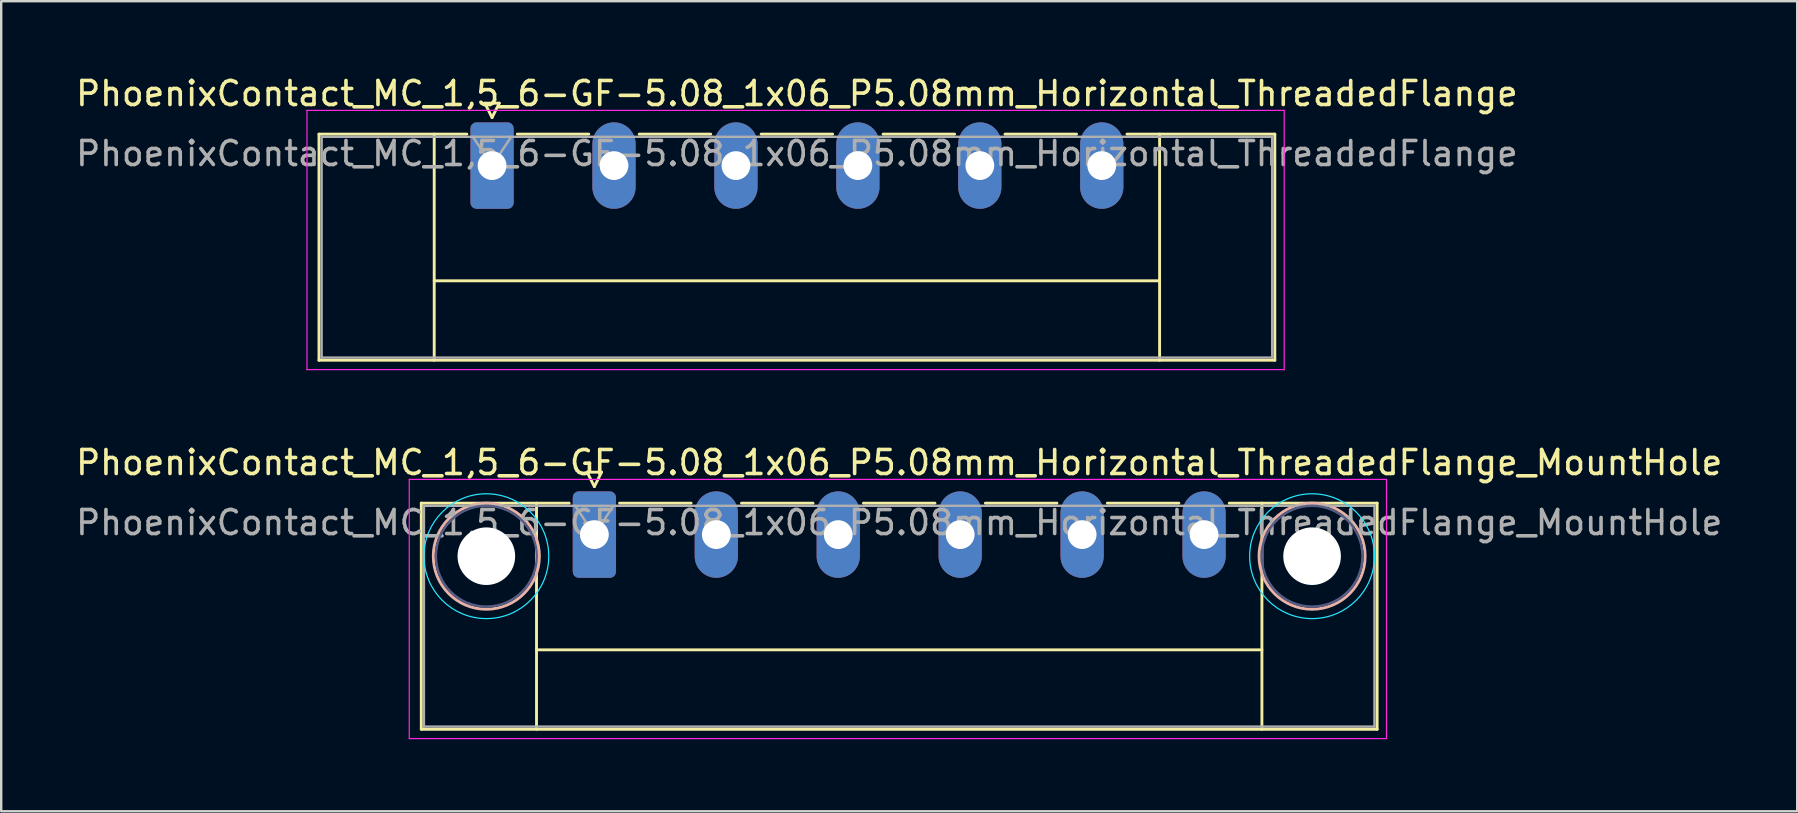
<source format=kicad_pcb>
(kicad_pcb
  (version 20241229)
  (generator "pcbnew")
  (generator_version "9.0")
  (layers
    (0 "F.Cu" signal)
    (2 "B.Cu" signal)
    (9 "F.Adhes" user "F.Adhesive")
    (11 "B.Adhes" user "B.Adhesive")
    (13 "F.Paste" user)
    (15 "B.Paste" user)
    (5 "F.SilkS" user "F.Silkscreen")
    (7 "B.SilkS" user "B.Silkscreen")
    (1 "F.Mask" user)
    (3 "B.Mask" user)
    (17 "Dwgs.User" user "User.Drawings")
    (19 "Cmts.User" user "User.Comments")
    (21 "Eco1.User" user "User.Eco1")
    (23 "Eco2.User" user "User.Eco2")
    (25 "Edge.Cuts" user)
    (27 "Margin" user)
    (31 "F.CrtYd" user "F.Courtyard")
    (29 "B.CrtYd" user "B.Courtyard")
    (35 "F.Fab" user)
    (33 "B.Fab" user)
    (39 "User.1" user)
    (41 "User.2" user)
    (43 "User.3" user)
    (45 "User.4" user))
  (footprint "PhoenixContact_MC_1,5_6-GF-5.08_1x06_P5.08mm_Horizontal_ThreadedFlange_MountHole"
    (layer "F.Cu")
    (at 21.711 19.221)
    (property "Reference" "PhoenixContact_MC_1,5_6-GF-5.08_1x06_P5.08mm_Horizontal_ThreadedFlange_MountHole" (at 12.7 -3 0) (layer "F.SilkS") (effects (font (size 1 1) (thickness 0.15))))
    (attr through_hole)
    (fp_line (start -7.21 -1.31) (end -7.21 8.11) (stroke (width 0.12) (type solid)) (layer "F.SilkS"))
    (fp_line (start -7.21 -1.31) (end -1.05 -1.31) (stroke (width 0.12) (type solid)) (layer "F.SilkS"))
    (fp_line (start -7.21 8.11) (end 32.61 8.11) (stroke (width 0.12) (type solid)) (layer "F.SilkS"))
    (fp_line (start -2.41 -1.31) (end -2.41 8.11) (stroke (width 0.12) (type solid)) (layer "F.SilkS"))
    (fp_line (start -2.41 4.8) (end 27.81 4.8) (stroke (width 0.12) (type solid)) (layer "F.SilkS"))
    (fp_line (start -0.3 -2.6) (end 0.3 -2.6) (stroke (width 0.12) (type solid)) (layer "F.SilkS"))
    (fp_line (start 0 -2) (end -0.3 -2.6) (stroke (width 0.12) (type solid)) (layer "F.SilkS"))
    (fp_line (start 0.3 -2.6) (end 0 -2) (stroke (width 0.12) (type solid)) (layer "F.SilkS"))
    (fp_line (start 1.05 -1.31) (end 4.03 -1.31) (stroke (width 0.12) (type solid)) (layer "F.SilkS"))
    (fp_line (start 6.13 -1.31) (end 9.11 -1.31) (stroke (width 0.12) (type solid)) (layer "F.SilkS"))
    (fp_line (start 11.21 -1.31) (end 14.19 -1.31) (stroke (width 0.12) (type solid)) (layer "F.SilkS"))
    (fp_line (start 16.29 -1.31) (end 19.27 -1.31) (stroke (width 0.12) (type solid)) (layer "F.SilkS"))
    (fp_line (start 21.37 -1.31) (end 24.35 -1.31) (stroke (width 0.12) (type solid)) (layer "F.SilkS"))
    (fp_line (start 27.81 -1.31) (end 27.81 8.11) (stroke (width 0.12) (type solid)) (layer "F.SilkS"))
    (fp_line (start 32.61 -1.31) (end 26.45 -1.31) (stroke (width 0.12) (type solid)) (layer "F.SilkS"))
    (fp_line (start 32.61 8.11) (end 32.61 -1.31) (stroke (width 0.12) (type solid)) (layer "F.SilkS"))
    (fp_circle (center -4.5 0.9) (end -2.29 0.9) (stroke (width 0.12) (type solid)) (fill no) (layer "B.SilkS"))
    (fp_circle (center 29.9 0.9) (end 32.11 0.9) (stroke (width 0.12) (type solid)) (fill no) (layer "B.SilkS"))
    (fp_circle (center -4.5 0.9) (end -1.9 0.9) (stroke (width 0.05) (type solid)) (fill no) (layer "B.CrtYd"))
    (fp_circle (center 29.9 0.9) (end 32.5 0.9) (stroke (width 0.05) (type solid)) (fill no) (layer "B.CrtYd"))
    (fp_line (start -7.71 -2.3) (end -7.71 8.5) (stroke (width 0.05) (type solid)) (layer "F.CrtYd"))
    (fp_line (start -7.71 8.5) (end 33 8.5) (stroke (width 0.05) (type solid)) (layer "F.CrtYd"))
    (fp_line (start 33 -2.3) (end -7.71 -2.3) (stroke (width 0.05) (type solid)) (layer "F.CrtYd"))
    (fp_line (start 33 8.5) (end 33 -2.3) (stroke (width 0.05) (type solid)) (layer "F.CrtYd"))
    (fp_circle (center -4.5 0.9) (end -2.4 0.9) (stroke (width 0.1) (type solid)) (fill no) (layer "B.Fab"))
    (fp_circle (center 29.9 0.9) (end 32 0.9) (stroke (width 0.1) (type solid)) (fill no) (layer "B.Fab"))
    (fp_line (start -7.1 -1.2) (end -7.1 8) (stroke (width 0.1) (type solid)) (layer "F.Fab"))
    (fp_line (start -7.1 8) (end 32.5 8) (stroke (width 0.1) (type solid)) (layer "F.Fab"))
    (fp_line (start 0 0) (end -0.8 -1.2) (stroke (width 0.1) (type solid)) (layer "F.Fab"))
    (fp_line (start 0.8 -1.2) (end 0 0) (stroke (width 0.1) (type solid)) (layer "F.Fab"))
    (fp_line (start 32.5 -1.2) (end -7.1 -1.2) (stroke (width 0.1) (type solid)) (layer "F.Fab"))
    (fp_line (start 32.5 8) (end 32.5 -1.2) (stroke (width 0.1) (type solid)) (layer "F.Fab"))
    (fp_text user "${REFERENCE}" (at 12.7 -0.5 0) (layer "F.Fab") (effects (font (size 1 1) (thickness 0.15))))
    (pad "" np_thru_hole circle (at -4.5 0.9) (size 2.4 2.4) (drill 2.4) (layers "*.Cu" "*.Mask"))
    (pad "" np_thru_hole circle (at 29.9 0.9) (size 2.4 2.4) (drill 2.4) (layers "*.Cu" "*.Mask"))
    (pad "1" thru_hole roundrect (at 0 0) (size 1.8 3.6) (drill 1.2) (layers "*.Cu" "*.Mask") (roundrect_rratio 0.139))
    (pad "2" thru_hole oval (at 5.08 0) (size 1.8 3.6) (drill 1.2) (layers "*.Cu" "*.Mask"))
    (pad "3" thru_hole oval (at 10.16 0) (size 1.8 3.6) (drill 1.2) (layers "*.Cu" "*.Mask"))
    (pad "4" thru_hole oval (at 15.24 0) (size 1.8 3.6) (drill 1.2) (layers "*.Cu" "*.Mask"))
    (pad "5" thru_hole oval (at 20.32 0) (size 1.8 3.6) (drill 1.2) (layers "*.Cu" "*.Mask"))
    (pad "6" thru_hole oval (at 25.4 0) (size 1.8 3.6) (drill 1.2) (layers "*.Cu" "*.Mask")))
  (footprint "PhoenixContact_MC_1,5_6-GF-5.08_1x06_P5.08mm_Horizontal_ThreadedFlange"
    (layer "F.Cu")
    (at 17.449 3.848)
    (property "Reference" "PhoenixContact_MC_1,5_6-GF-5.08_1x06_P5.08mm_Horizontal_ThreadedFlange" (at 12.7 -3 0) (layer "F.SilkS") (effects (font (size 1 1) (thickness 0.15))))
    (attr through_hole)
    (fp_line (start -7.21 -1.31) (end -7.21 8.11) (stroke (width 0.12) (type solid)) (layer "F.SilkS"))
    (fp_line (start -7.21 -1.31) (end -1.05 -1.31) (stroke (width 0.12) (type solid)) (layer "F.SilkS"))
    (fp_line (start -7.21 8.11) (end 32.61 8.11) (stroke (width 0.12) (type solid)) (layer "F.SilkS"))
    (fp_line (start -2.41 -1.31) (end -2.41 8.11) (stroke (width 0.12) (type solid)) (layer "F.SilkS"))
    (fp_line (start -2.41 4.8) (end 27.81 4.8) (stroke (width 0.12) (type solid)) (layer "F.SilkS"))
    (fp_line (start -0.3 -2.6) (end 0.3 -2.6) (stroke (width 0.12) (type solid)) (layer "F.SilkS"))
    (fp_line (start 0 -2) (end -0.3 -2.6) (stroke (width 0.12) (type solid)) (layer "F.SilkS"))
    (fp_line (start 0.3 -2.6) (end 0 -2) (stroke (width 0.12) (type solid)) (layer "F.SilkS"))
    (fp_line (start 1.05 -1.31) (end 4.03 -1.31) (stroke (width 0.12) (type solid)) (layer "F.SilkS"))
    (fp_line (start 6.13 -1.31) (end 9.11 -1.31) (stroke (width 0.12) (type solid)) (layer "F.SilkS"))
    (fp_line (start 11.21 -1.31) (end 14.19 -1.31) (stroke (width 0.12) (type solid)) (layer "F.SilkS"))
    (fp_line (start 16.29 -1.31) (end 19.27 -1.31) (stroke (width 0.12) (type solid)) (layer "F.SilkS"))
    (fp_line (start 21.37 -1.31) (end 24.35 -1.31) (stroke (width 0.12) (type solid)) (layer "F.SilkS"))
    (fp_line (start 27.81 -1.31) (end 27.81 8.11) (stroke (width 0.12) (type solid)) (layer "F.SilkS"))
    (fp_line (start 32.61 -1.31) (end 26.45 -1.31) (stroke (width 0.12) (type solid)) (layer "F.SilkS"))
    (fp_line (start 32.61 8.11) (end 32.61 -1.31) (stroke (width 0.12) (type solid)) (layer "F.SilkS"))
    (fp_line (start -7.71 -2.3) (end -7.71 8.5) (stroke (width 0.05) (type solid)) (layer "F.CrtYd"))
    (fp_line (start -7.71 8.5) (end 33 8.5) (stroke (width 0.05) (type solid)) (layer "F.CrtYd"))
    (fp_line (start 33 -2.3) (end -7.71 -2.3) (stroke (width 0.05) (type solid)) (layer "F.CrtYd"))
    (fp_line (start 33 8.5) (end 33 -2.3) (stroke (width 0.05) (type solid)) (layer "F.CrtYd"))
    (fp_line (start -7.1 -1.2) (end -7.1 8) (stroke (width 0.1) (type solid)) (layer "F.Fab"))
    (fp_line (start -7.1 8) (end 32.5 8) (stroke (width 0.1) (type solid)) (layer "F.Fab"))
    (fp_line (start 0 0) (end -0.8 -1.2) (stroke (width 0.1) (type solid)) (layer "F.Fab"))
    (fp_line (start 0.8 -1.2) (end 0 0) (stroke (width 0.1) (type solid)) (layer "F.Fab"))
    (fp_line (start 32.5 -1.2) (end -7.1 -1.2) (stroke (width 0.1) (type solid)) (layer "F.Fab"))
    (fp_line (start 32.5 8) (end 32.5 -1.2) (stroke (width 0.1) (type solid)) (layer "F.Fab"))
    (fp_text user "${REFERENCE}" (at 12.7 -0.5 0) (layer "F.Fab") (effects (font (size 1 1) (thickness 0.15))))
    (pad "1" thru_hole roundrect (at 0 0) (size 1.8 3.6) (drill 1.2) (layers "*.Cu" "*.Mask") (roundrect_rratio 0.139))
    (pad "2" thru_hole oval (at 5.08 0) (size 1.8 3.6) (drill 1.2) (layers "*.Cu" "*.Mask"))
    (pad "3" thru_hole oval (at 10.16 0) (size 1.8 3.6) (drill 1.2) (layers "*.Cu" "*.Mask"))
    (pad "4" thru_hole oval (at 15.24 0) (size 1.8 3.6) (drill 1.2) (layers "*.Cu" "*.Mask"))
    (pad "5" thru_hole oval (at 20.32 0) (size 1.8 3.6) (drill 1.2) (layers "*.Cu" "*.Mask"))
    (pad "6" thru_hole oval (at 25.4 0) (size 1.8 3.6) (drill 1.2) (layers "*.Cu" "*.Mask")))
  (gr_rect
    (start -3 -3)
    (end 71.821 30.747)
    (stroke (width 0.1) (type default))
    (fill no)
    (layer "Edge.Cuts")))
</source>
